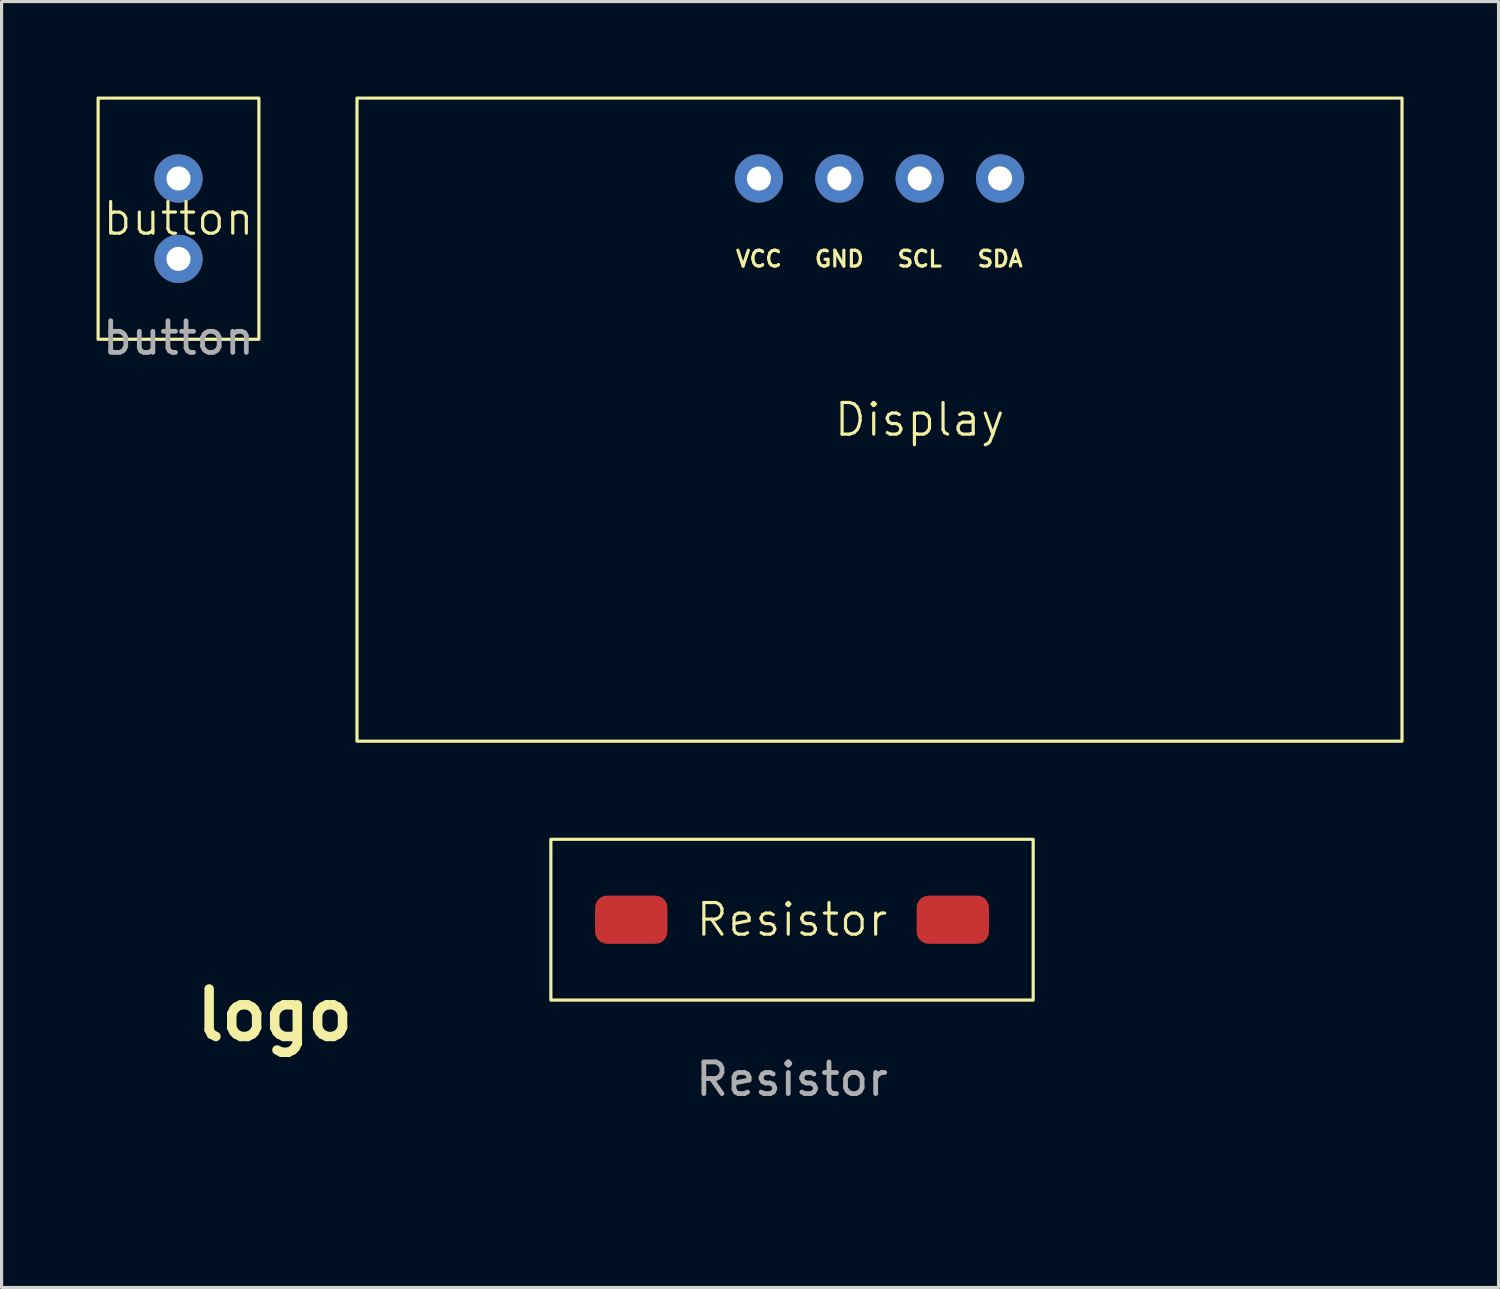
<source format=kicad_pcb>
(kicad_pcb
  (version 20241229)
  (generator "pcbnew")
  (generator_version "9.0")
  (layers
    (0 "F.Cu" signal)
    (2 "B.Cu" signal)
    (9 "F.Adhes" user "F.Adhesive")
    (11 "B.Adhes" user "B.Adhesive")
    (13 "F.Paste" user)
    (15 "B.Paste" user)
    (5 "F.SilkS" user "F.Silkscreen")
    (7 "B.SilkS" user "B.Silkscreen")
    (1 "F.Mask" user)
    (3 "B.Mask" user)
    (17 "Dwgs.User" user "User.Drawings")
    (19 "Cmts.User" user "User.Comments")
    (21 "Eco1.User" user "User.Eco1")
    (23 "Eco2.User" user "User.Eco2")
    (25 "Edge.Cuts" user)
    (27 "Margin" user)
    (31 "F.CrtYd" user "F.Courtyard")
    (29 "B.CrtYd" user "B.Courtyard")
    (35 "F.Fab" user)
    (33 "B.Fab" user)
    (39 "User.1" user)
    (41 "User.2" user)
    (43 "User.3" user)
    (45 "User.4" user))
  (footprint "button"
    (layer "F.Cu")
    (at 2.59 5.13)
    (property "Reference" "button" (at 0 -1.27 0) (unlocked yes) (layer "F.SilkS") (effects (font (size 1 1) (thickness 0.1))))
    (attr through_hole)
    (fp_rect (start -2.54 -5.08) (end 2.54 2.54) (stroke (width 0.1) (type default)) (fill no) (layer "F.SilkS"))
    (fp_text user "${REFERENCE}" (at 0 2.5 0) (unlocked yes) (layer "F.Fab") (effects (font (size 1 1) (thickness 0.15))))
    (pad "1" thru_hole circle (at 0 -2.54) (size 1.524 1.524) (drill 0.762) (layers "*.Cu" "*.Mask"))
    (pad "2" thru_hole circle (at 0 0) (size 1.524 1.524) (drill 0.762) (layers "*.Cu" "*.Mask")))
  (footprint "logo"
    (layer "F.Cu")
    (at 5.63 29.021)
    (property "Reference" "logo" (at 0 0 0) (layer "F.SilkS") (effects (font (size 1.5 1.5) (thickness 0.3))))
    (attr board_only exclude_from_pos_files exclude_from_bom)
    (fp_poly (pts (xy -0.822 -3.548) (xy -0.633 -3.36) (xy -0.457 -3.187) (xy -0.301 -3.036) (xy -0.169 -2.91) (xy -0.068 -2.816) (xy -0.002 -2.759) (xy 0.021 -2.742) (xy 0.054 -2.764) (xy 0.126 -2.826) (xy 0.23 -2.92) (xy 0.357 -3.039) (xy 0.501 -3.178) (xy 0.543 -3.219) (xy 0.717 -3.391) (xy 0.902 -3.573) (xy 1.083 -3.75) (xy 1.246 -3.91) (xy 1.361 -4.024) (xy 1.694 -4.351) (xy 1.802 -4.309) (xy 1.932 -4.256) (xy 2.062 -4.197) (xy 2.178 -4.14) (xy 2.266 -4.092) (xy 2.314 -4.06) (xy 2.318 -4.053) (xy 2.295 -4.026) (xy 2.231 -3.957) (xy 2.129 -3.852) (xy 1.993 -3.714) (xy 1.829 -3.548) (xy 1.641 -3.36) (xy 1.433 -3.152) (xy 1.21 -2.93) (xy 1.179 -2.899) (xy 0.039 -1.77) (xy -1.131 -2.921) (xy -2.301 -4.072) (xy -2.105 -4.171) (xy -1.978 -4.231) (xy -1.849 -4.284) (xy -1.769 -4.312) (xy -1.628 -4.354)) (stroke (width 0) (type solid)) (fill yes) (layer "F.Mask"))
    (fp_poly (pts (xy 0.027 1.655) (xy 0.098 1.719) (xy 0.206 1.821) (xy 0.347 1.956) (xy 0.517 2.12) (xy 0.711 2.309) (xy 0.925 2.518) (xy 1.154 2.744) (xy 1.256 2.845) (xy 2.482 4.058) (xy 2.31 4.161) (xy 2.187 4.23) (xy 2.059 4.293) (xy 1.994 4.321) (xy 1.849 4.379) (xy 1.357 3.888) (xy 1.155 3.687) (xy 0.953 3.488) (xy 0.757 3.294) (xy 0.571 3.113) (xy 0.401 2.948) (xy 0.253 2.806) (xy 0.131 2.691) (xy 0.042 2.608) (xy -0.01 2.562) (xy -0.021 2.555) (xy -0.045 2.579) (xy -0.11 2.644) (xy -0.212 2.745) (xy -0.345 2.878) (xy -0.504 3.036) (xy -0.685 3.216) (xy -0.882 3.412) (xy -0.939 3.469) (xy -1.14 3.668) (xy -1.326 3.852) (xy -1.493 4.016) (xy -1.634 4.155) (xy -1.746 4.264) (xy -1.823 4.338) (xy -1.861 4.372) (xy -1.864 4.374) (xy -1.897 4.36) (xy -1.974 4.323) (xy -2.083 4.269) (xy -2.153 4.234) (xy -2.273 4.169) (xy -2.37 4.113) (xy -2.428 4.073) (xy -2.439 4.061) (xy -2.419 4.032) (xy -2.357 3.964) (xy -2.259 3.86) (xy -2.13 3.726) (xy -1.975 3.568) (xy -1.799 3.39) (xy -1.609 3.197) (xy -1.408 2.996) (xy -1.202 2.791) (xy -0.997 2.587) (xy -0.798 2.39) (xy -0.609 2.205) (xy -0.437 2.037) (xy -0.286 1.892) (xy -0.162 1.773) (xy -0.07 1.688) (xy -0.015 1.64) (xy -0.002 1.632)) (stroke (width 0) (type solid)) (fill yes) (layer "F.Mask"))
    (fp_poly (pts (xy -3.946 -2.488) (xy -3.912 -2.463) (xy -3.908 -2.46) (xy -3.869 -2.423) (xy -3.789 -2.347) (xy -3.675 -2.236) (xy -3.531 -2.095) (xy -3.363 -1.93) (xy -3.177 -1.748) (xy -2.978 -1.552) (xy -2.972 -1.546) (xy -2.759 -1.336) (xy -2.546 -1.126) (xy -2.341 -0.925) (xy -2.153 -0.74) (xy -1.989 -0.578) (xy -1.856 -0.449) (xy -1.78 -0.374) (xy -1.454 -0.057) (xy -1.992 0.463) (xy -2.159 0.624) (xy -2.36 0.821) (xy -2.582 1.04) (xy -2.815 1.269) (xy -3.047 1.498) (xy -3.264 1.715) (xy -3.285 1.735) (xy -4.039 2.488) (xy -4.107 2.392) (xy -4.193 2.25) (xy -4.287 2.058) (xy -4.383 1.83) (xy -4.476 1.579) (xy -4.561 1.32) (xy -4.631 1.066) (xy -4.637 1.045) (xy -4.675 0.841) (xy -4.704 0.59) (xy -4.723 0.312) (xy -4.728 0.086) (xy -3.997 0.086) (xy -3.997 0.098) (xy -3.994 0.304) (xy -3.985 0.466) (xy -3.968 0.603) (xy -3.941 0.734) (xy -3.92 0.816) (xy -3.881 0.949) (xy -3.846 1.063) (xy -3.819 1.139) (xy -3.812 1.154) (xy -3.788 1.191) (xy -3.758 1.189) (xy -3.702 1.145) (xy -3.695 1.139) (xy -3.647 1.094) (xy -3.561 1.01) (xy -3.445 0.895) (xy -3.308 0.758) (xy -3.157 0.606) (xy -3.093 0.541) (xy -2.945 0.389) (xy -2.814 0.253) (xy -2.705 0.139) (xy -2.627 0.054) (xy -2.585 0.005) (xy -2.579 -0.004) (xy -2.602 -0.032) (xy -2.664 -0.096) (xy -2.757 -0.189) (xy -2.873 -0.303) (xy -3.004 -0.43) (xy -3.142 -0.561) (xy -3.277 -0.69) (xy -3.403 -0.807) (xy -3.51 -0.906) (xy -3.591 -0.978) (xy -3.627 -1.008) (xy -3.712 -1.074) (xy -3.812 -0.839) (xy -3.885 -0.664) (xy -3.936 -0.523) (xy -3.968 -0.398) (xy -3.987 -0.268) (xy -3.995 -0.113) (xy -3.997 0.086) (xy -4.728 0.086) (xy -4.73 0.024) (xy -4.726 -0.256) (xy -4.711 -0.508) (xy -4.688 -0.686) (xy -4.589 -1.131) (xy -4.449 -1.57) (xy -4.275 -1.984) (xy -4.122 -2.273) (xy -4.053 -2.391) (xy -4.006 -2.46) (xy -3.974 -2.49)) (stroke (width 0) (type solid)) (fill yes) (layer "F.Mask"))
    (fp_poly (pts (xy 3.985 -2.536) (xy 3.993 -2.524) (xy 4.035 -2.456) (xy 4.094 -2.364) (xy 4.117 -2.331) (xy 4.183 -2.218) (xy 4.262 -2.061) (xy 4.346 -1.878) (xy 4.427 -1.687) (xy 4.496 -1.507) (xy 4.532 -1.404) (xy 4.587 -1.229) (xy 4.631 -1.085) (xy 4.663 -0.958) (xy 4.686 -0.837) (xy 4.702 -0.71) (xy 4.711 -0.563) (xy 4.716 -0.385) (xy 4.717 -0.164) (xy 4.717 0.049) (xy 4.716 0.349) (xy 4.712 0.589) (xy 4.704 0.774) (xy 4.693 0.909) (xy 4.678 0.998) (xy 4.675 1.012) (xy 4.598 1.269) (xy 4.533 1.477) (xy 4.474 1.65) (xy 4.415 1.803) (xy 4.353 1.95) (xy 4.31 2.044) (xy 4.245 2.179) (xy 4.187 2.291) (xy 4.143 2.367) (xy 4.122 2.394) (xy 4.078 2.389) (xy 4.036 2.355) (xy 4.022 2.334) (xy 4.011 2.299) (xy 4.002 2.246) (xy 3.995 2.166) (xy 3.99 2.054) (xy 3.986 1.902) (xy 3.984 1.706) (xy 3.983 1.457) (xy 3.983 1.15) (xy 3.983 1.132) (xy 3.983 -0.033) (xy 2.796 -0.033) (xy 2.445 -0.032) (xy 2.155 -0.032) (xy 1.925 -0.035) (xy 1.75 -0.044) (xy 1.629 -0.062) (xy 1.558 -0.092) (xy 1.533 -0.136) (xy 1.552 -0.198) (xy 1.613 -0.279) (xy 1.71 -0.383) (xy 1.843 -0.513) (xy 1.927 -0.594) (xy 2.849 -0.594) (xy 2.877 -0.587) (xy 2.958 -0.582) (xy 3.08 -0.577) (xy 3.231 -0.575) (xy 3.4 -0.574) (xy 3.573 -0.575) (xy 3.74 -0.578) (xy 3.861 -0.582) (xy 3.941 -0.59) (xy 3.975 -0.617) (xy 3.983 -0.683) (xy 3.983 -0.705) (xy 3.973 -0.802) (xy 3.947 -0.928) (xy 3.91 -1.069) (xy 3.865 -1.21) (xy 3.818 -1.337) (xy 3.774 -1.436) (xy 3.736 -1.493) (xy 3.721 -1.502) (xy 3.693 -1.479) (xy 3.629 -1.418) (xy 3.537 -1.327) (xy 3.427 -1.215) (xy 3.307 -1.091) (xy 3.185 -0.964) (xy 3.07 -0.842) (xy 2.971 -0.736) (xy 2.896 -0.653) (xy 2.854 -0.603) (xy 2.849 -0.594) (xy 1.927 -0.594) (xy 2.007 -0.671) (xy 2.049 -0.712) (xy 2.233 -0.891) (xy 2.45 -1.103) (xy 2.683 -1.333) (xy 2.921 -1.566) (xy 3.147 -1.79) (xy 3.282 -1.924) (xy 3.477 -2.116) (xy 3.63 -2.267) (xy 3.748 -2.38) (xy 3.836 -2.46) (xy 3.898 -2.511) (xy 3.94 -2.538) (xy 3.968 -2.545)) (stroke (width 0) (type solid)) (fill yes) (layer "F.Mask"))
    (fp_poly (pts (xy -2.748 -3.75) (xy -2.72 -3.726) (xy -2.649 -3.659) (xy -2.54 -3.555) (xy -2.397 -3.418) (xy -2.224 -3.25) (xy -2.026 -3.057) (xy -1.807 -2.843) (xy -1.571 -2.611) (xy -1.356 -2.4) (xy -1.108 -2.157) (xy -0.875 -1.928) (xy -0.659 -1.718) (xy -0.466 -1.531) (xy -0.298 -1.37) (xy -0.161 -1.24) (xy -0.059 -1.144) (xy 0.005 -1.086) (xy 0.026 -1.07) (xy 0.053 -1.094) (xy 0.122 -1.16) (xy 0.229 -1.263) (xy 0.371 -1.401) (xy 0.541 -1.567) (xy 0.738 -1.76) (xy 0.956 -1.973) (xy 1.191 -2.204) (xy 1.399 -2.409) (xy 1.645 -2.651) (xy 1.879 -2.88) (xy 2.094 -3.091) (xy 2.287 -3.28) (xy 2.455 -3.442) (xy 2.592 -3.574) (xy 2.694 -3.672) (xy 2.758 -3.732) (xy 2.778 -3.749) (xy 2.82 -3.735) (xy 2.897 -3.682) (xy 3.002 -3.599) (xy 3.125 -3.495) (xy 3.256 -3.378) (xy 3.387 -3.256) (xy 3.508 -3.139) (xy 3.61 -3.034) (xy 3.683 -2.949) (xy 3.719 -2.894) (xy 3.721 -2.885) (xy 3.699 -2.858) (xy 3.633 -2.788) (xy 3.53 -2.682) (xy 3.392 -2.542) (xy 3.223 -2.372) (xy 3.028 -2.178) (xy 2.811 -1.962) (xy 2.576 -1.729) (xy 2.35 -1.506) (xy 2.102 -1.261) (xy 1.869 -1.029) (xy 1.653 -0.814) (xy 1.461 -0.621) (xy 1.295 -0.454) (xy 1.16 -0.316) (xy 1.06 -0.212) (xy 0.998 -0.145) (xy 0.979 -0.121) (xy 1.002 -0.093) (xy 1.067 -0.023) (xy 1.171 0.085) (xy 1.31 0.227) (xy 1.479 0.398) (xy 1.675 0.595) (xy 1.894 0.815) (xy 2.132 1.052) (xy 2.385 1.303) (xy 2.431 1.348) (xy 3.883 2.783) (xy 3.764 2.934) (xy 3.694 3.018) (xy 3.598 3.123) (xy 3.485 3.24) (xy 3.364 3.362) (xy 3.245 3.478) (xy 3.137 3.581) (xy 3.049 3.66) (xy 2.99 3.707) (xy 2.97 3.715) (xy 2.943 3.691) (xy 2.873 3.625) (xy 2.765 3.521) (xy 2.624 3.383) (xy 2.452 3.215) (xy 2.255 3.022) (xy 2.037 2.807) (xy 1.801 2.574) (xy 1.576 2.351) (xy 1.325 2.102) (xy 1.086 1.866) (xy 0.863 1.645) (xy 0.66 1.445) (xy 0.482 1.27) (xy 0.334 1.124) (xy 0.219 1.011) (xy 0.142 0.936) (xy 0.11 0.906) (xy 0.012 0.816) (xy -0.328 1.146) (xy -0.422 1.238) (xy -0.556 1.369) (xy -0.723 1.534) (xy -0.917 1.726) (xy -1.132 1.938) (xy -1.361 2.165) (xy -1.597 2.4) (xy -1.797 2.599) (xy -2.021 2.822) (xy -2.232 3.03) (xy -2.424 3.219) (xy -2.593 3.384) (xy -2.734 3.522) (xy -2.844 3.627) (xy -2.917 3.695) (xy -2.948 3.722) (xy -2.949 3.722) (xy -2.98 3.7) (xy -3.049 3.642) (xy -3.144 3.555) (xy -3.257 3.448) (xy -3.27 3.436) (xy -3.401 3.306) (xy -3.53 3.171) (xy -3.64 3.049) (xy -3.709 2.966) (xy -3.851 2.782) (xy -2.399 1.347) (xy -2.143 1.094) (xy -1.903 0.855) (xy -1.68 0.632) (xy -1.479 0.431) (xy -1.305 0.254) (xy -1.161 0.107) (xy -1.05 -0.007) (xy -0.978 -0.084) (xy -0.948 -0.12) (xy -0.947 -0.122) (xy -0.969 -0.15) (xy -1.035 -0.22) (xy -1.138 -0.327) (xy -1.276 -0.468) (xy -1.445 -0.638) (xy -1.64 -0.834) (xy -1.857 -1.05) (xy -2.092 -1.283) (xy -2.318 -1.506) (xy -2.566 -1.751) (xy -2.8 -1.983) (xy -3.015 -2.198) (xy -3.207 -2.391) (xy -3.373 -2.559) (xy -3.508 -2.697) (xy -3.609 -2.802) (xy -3.67 -2.869) (xy -3.689 -2.893) (xy -3.667 -2.929) (xy -3.609 -3) (xy -3.523 -3.095) (xy -3.42 -3.203) (xy -3.311 -3.314) (xy -3.206 -3.418) (xy -3.113 -3.503) (xy -3.085 -3.527) (xy -2.938 -3.646) (xy -2.829 -3.721) (xy -2.762 -3.751)) (stroke (width 0) (type solid)) (fill yes) (layer "F.Mask"))
    (fp_poly (pts (xy 0.59 -5.573) (xy 1.178 -5.482) (xy 1.744 -5.332) (xy 2.318 -5.115) (xy 2.854 -4.844) (xy 3.354 -4.52) (xy 3.821 -4.139) (xy 4.068 -3.902) (xy 4.206 -3.76) (xy 4.317 -3.641) (xy 4.412 -3.531) (xy 4.502 -3.416) (xy 4.6 -3.281) (xy 4.717 -3.111) (xy 4.767 -3.036) (xy 5.049 -2.563) (xy 5.282 -2.053) (xy 5.463 -1.517) (xy 5.59 -0.962) (xy 5.662 -0.398) (xy 5.676 0.167) (xy 5.632 0.704) (xy 5.519 1.313) (xy 5.349 1.891) (xy 5.121 2.438) (xy 4.837 2.952) (xy 4.496 3.434) (xy 4.1 3.882) (xy 3.648 4.297) (xy 3.141 4.677) (xy 2.895 4.837) (xy 2.781 4.906) (xy 2.689 4.96) (xy 2.633 4.991) (xy 2.622 4.995) (xy 2.586 5.008) (xy 2.507 5.042) (xy 2.398 5.092) (xy 2.363 5.108) (xy 1.932 5.283) (xy 1.452 5.427) (xy 0.934 5.537) (xy 0.642 5.582) (xy 0.509 5.594) (xy 0.333 5.603) (xy 0.133 5.608) (xy -0.074 5.61) (xy -0.269 5.608) (xy -0.434 5.602) (xy -0.539 5.593) (xy -1.109 5.499) (xy -1.635 5.369) (xy -2.126 5.2) (xy -2.595 4.987) (xy -2.995 4.762) (xy -3.363 4.512) (xy -3.729 4.214) (xy -4.075 3.887) (xy -4.383 3.545) (xy -4.476 3.428) (xy -4.81 2.95) (xy -5.086 2.458) (xy -5.309 1.94) (xy -5.483 1.387) (xy -5.54 1.159) (xy -5.569 1.027) (xy -5.591 0.913) (xy -5.607 0.804) (xy -5.618 0.687) (xy -5.625 0.549) (xy -5.628 0.379) (xy -5.63 0.164) (xy -5.63 0.016) (xy -5.63 -0.051) (xy -5.034 -0.051) (xy -5.032 0.256) (xy -5.016 0.545) (xy -4.987 0.795) (xy -4.981 0.829) (xy -4.893 1.22) (xy -4.769 1.625) (xy -4.616 2.023) (xy -4.442 2.391) (xy -4.328 2.596) (xy -4.224 2.753) (xy -4.09 2.937) (xy -3.938 3.133) (xy -3.782 3.323) (xy -3.633 3.492) (xy -3.504 3.625) (xy -3.487 3.64) (xy -3.052 4.006) (xy -2.595 4.312) (xy -2.11 4.563) (xy -1.588 4.765) (xy -1.55 4.777) (xy -1.375 4.832) (xy -1.225 4.875) (xy -1.078 4.912) (xy -0.913 4.947) (xy -0.709 4.987) (xy -0.669 4.994) (xy -0.538 5.009) (xy -0.357 5.017) (xy -0.14 5.019) (xy 0.097 5.015) (xy 0.341 5.005) (xy 0.575 4.991) (xy 0.785 4.972) (xy 0.957 4.949) (xy 1.028 4.936) (xy 1.591 4.783) (xy 2.11 4.585) (xy 2.592 4.339) (xy 3.041 4.041) (xy 3.465 3.689) (xy 3.521 3.638) (xy 3.918 3.219) (xy 4.259 2.768) (xy 4.543 2.286) (xy 4.769 1.776) (xy 4.935 1.24) (xy 5.042 0.68) (xy 5.066 0.46) (xy 5.084 -0.1) (xy 5.04 -0.65) (xy 4.937 -1.186) (xy 4.777 -1.703) (xy 4.564 -2.198) (xy 4.299 -2.666) (xy 3.986 -3.104) (xy 3.627 -3.506) (xy 3.226 -3.868) (xy 2.785 -4.187) (xy 2.307 -4.458) (xy 1.794 -4.677) (xy 1.634 -4.732) (xy 1.351 -4.819) (xy 1.103 -4.884) (xy 0.871 -4.929) (xy 0.634 -4.957) (xy 0.373 -4.973) (xy 0.068 -4.978) (xy 0.049 -4.978) (xy -0.223 -4.976) (xy -0.448 -4.969) (xy -0.642 -4.953) (xy -0.822 -4.928) (xy -1.007 -4.891) (xy -1.213 -4.839) (xy -1.322 -4.809) (xy -1.88 -4.622) (xy -2.4 -4.382) (xy -2.882 -4.091) (xy -3.322 -3.752) (xy -3.718 -3.367) (xy -4.069 -2.939) (xy -4.372 -2.471) (xy -4.624 -1.963) (xy -4.825 -1.419) (xy -4.963 -0.876) (xy -5 -0.638) (xy -5.023 -0.356) (xy -5.034 -0.051) (xy -5.63 -0.051) (xy -5.63 -0.229) (xy -5.628 -0.422) (xy -5.624 -0.575) (xy -5.616 -0.701) (xy -5.604 -0.812) (xy -5.585 -0.922) (xy -5.561 -1.042) (xy -5.538 -1.143) (xy -5.433 -1.55) (xy -5.313 -1.919) (xy -5.167 -2.276) (xy -5.102 -2.416) (xy -5.04 -2.542) (xy -4.975 -2.664) (xy -4.899 -2.795) (xy -4.806 -2.944) (xy -4.689 -3.123) (xy -4.543 -3.342) (xy -4.508 -3.393) (xy -4.442 -3.477) (xy -4.337 -3.595) (xy -4.203 -3.735) (xy -4.051 -3.888) (xy -3.892 -4.044) (xy -3.735 -4.193) (xy -3.591 -4.324) (xy -3.469 -4.428) (xy -3.383 -4.493) (xy -3.081 -4.688) (xy -2.819 -4.848) (xy -2.586 -4.978) (xy -2.371 -5.085) (xy -2.321 -5.108) (xy -1.764 -5.322) (xy -1.188 -5.476) (xy -0.6 -5.569) (xy -0.005 -5.601)) (stroke (width 0) (type solid)) (fill yes) (layer "F.Mask")))
  (footprint "Display"
    (layer "F.Cu")
    (at 26.01 7.67)
    (property "Reference" "Display" (at 0 2.54 0) (unlocked yes) (layer "F.SilkS") (effects (font (size 1 1) (thickness 0.1))))
    (attr through_hole)
    (fp_rect (start -17.78 -7.62) (end 15.24 12.7) (stroke (width 0.1) (type default)) (fill no) (layer "F.SilkS"))
    (fp_text user "SDA" (at 2.54 -2.54 0) (unlocked yes) (layer "F.SilkS") (effects (font (size 0.5 0.5) (thickness 0.1))))
    (fp_text user "SCL" (at 0 -2.54 0) (unlocked yes) (layer "F.SilkS") (effects (font (size 0.5 0.5) (thickness 0.1))))
    (fp_text user "GND" (at -2.54 -2.54 0) (unlocked yes) (layer "F.SilkS") (effects (font (size 0.5 0.5) (thickness 0.1))))
    (fp_text user "VCC" (at -5.08 -2.54 0) (unlocked yes) (layer "F.SilkS") (effects (font (size 0.5 0.5) (thickness 0.1))))
    (pad "1" thru_hole circle (at -5.08 -5.08) (size 1.524 1.524) (drill 0.762) (layers "*.Cu" "*.Mask"))
    (pad "2" thru_hole circle (at -2.54 -5.08) (size 1.524 1.524) (drill 0.762) (layers "*.Cu" "*.Mask"))
    (pad "3" thru_hole circle (at 0 -5.08) (size 1.524 1.524) (drill 0.762) (layers "*.Cu" "*.Mask"))
    (pad "4" thru_hole circle (at 2.54 -5.08) (size 1.524 1.524) (drill 0.762) (layers "*.Cu" "*.Mask")))
  (footprint "Resistor"
    (layer "F.Cu")
    (at 21.976 28.55)
    (property "Reference" "Resistor" (at 0 -2.54 0) (unlocked yes) (layer "F.SilkS") (effects (font (size 1 1) (thickness 0.1))))
    (attr smd)
    (fp_rect (start -7.62 -5.08) (end 7.62 0) (stroke (width 0.1) (type default)) (fill no) (layer "F.SilkS"))
    (fp_text user "${REFERENCE}" (at 0 2.5 0) (unlocked yes) (layer "F.Fab") (effects (font (size 1 1) (thickness 0.15))))
    (pad "1" smd roundrect (at -5.08 -2.54) (size 2.286 1.524) (layers "F.Cu" "F.Mask" "F.Paste") (roundrect_rratio 0.25))
    (pad "2" smd roundrect (at 5.08 -2.54) (size 2.286 1.524) (layers "F.Cu" "F.Mask" "F.Paste") (roundrect_rratio 0.25)))
  (gr_rect
    (start -3 -3)
    (end 44.3 37.632)
    (stroke (width 0.1) (type default))
    (fill no)
    (layer "Edge.Cuts")))
</source>
